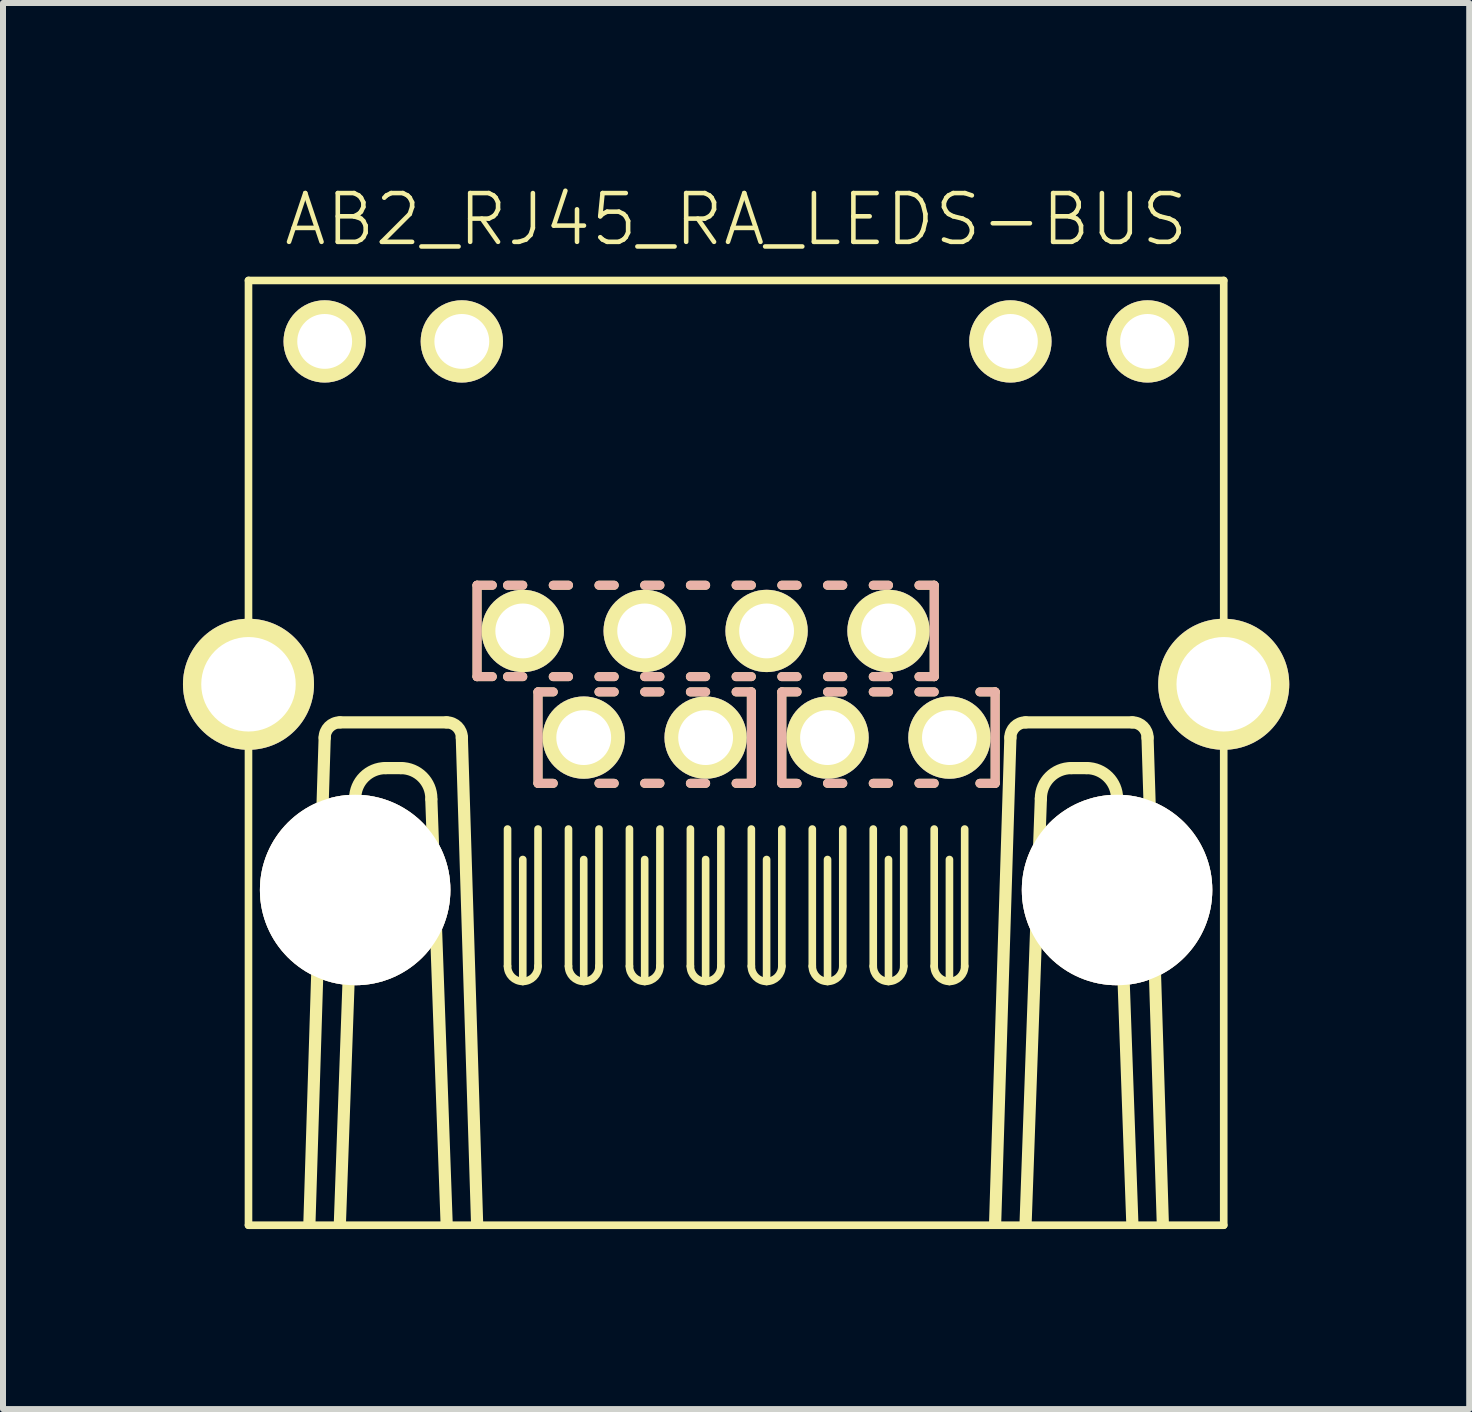
<source format=kicad_pcb>
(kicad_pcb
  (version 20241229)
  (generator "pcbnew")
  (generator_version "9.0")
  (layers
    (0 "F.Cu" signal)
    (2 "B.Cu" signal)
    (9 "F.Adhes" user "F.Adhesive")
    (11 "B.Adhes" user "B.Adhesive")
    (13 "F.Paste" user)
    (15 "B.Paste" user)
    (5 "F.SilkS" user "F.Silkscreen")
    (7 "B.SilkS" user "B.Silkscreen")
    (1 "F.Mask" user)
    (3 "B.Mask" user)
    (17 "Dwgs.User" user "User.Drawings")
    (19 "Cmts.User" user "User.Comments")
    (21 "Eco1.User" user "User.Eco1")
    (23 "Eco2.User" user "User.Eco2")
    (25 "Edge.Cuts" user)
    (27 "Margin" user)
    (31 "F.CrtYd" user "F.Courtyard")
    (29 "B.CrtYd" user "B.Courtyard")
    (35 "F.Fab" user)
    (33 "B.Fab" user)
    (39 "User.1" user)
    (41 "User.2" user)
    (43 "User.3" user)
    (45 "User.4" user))
  (footprint "AB2_RJ45_RA_LEDS-BUS"
    (layer "F.Cu")
    (at 9.22 9.499)
    (property "Reference" "AB2_RJ45_RA_LEDS-BUS" (at 0 -8.89 0) (layer "F.SilkS") (effects (font (size 0.813 0.813) (thickness 0.076))))
    (attr through_hole)
    (fp_line (start -8.128 -7.874) (end 8.128 -7.874) (stroke (width 0.127) (type solid)) (layer "F.SilkS"))
    (fp_line (start -8.128 7.874) (end -8.128 -7.874) (stroke (width 0.127) (type solid)) (layer "F.SilkS"))
    (fp_line (start -7.112 7.823) (end -6.858 -0.254) (stroke (width 0.203) (type solid)) (layer "F.SilkS"))
    (fp_line (start -6.604 -0.508) (end -4.826 -0.508) (stroke (width 0.203) (type solid)) (layer "F.SilkS"))
    (fp_line (start -6.35 0.762) (end -6.604 7.823) (stroke (width 0.203) (type solid)) (layer "F.SilkS"))
    (fp_line (start -5.842 0.254) (end -5.588 0.254) (stroke (width 0.203) (type solid)) (layer "F.SilkS"))
    (fp_line (start -4.826 7.823) (end -5.08 0.787) (stroke (width 0.203) (type solid)) (layer "F.SilkS"))
    (fp_line (start -4.572 -0.254) (end -4.318 7.823) (stroke (width 0.203) (type solid)) (layer "F.SilkS"))
    (fp_line (start -4.318 -2.794) (end -4.318 -1.27) (stroke (width 0.15) (type solid)) (layer "F.SilkS"))
    (fp_line (start -4.318 -2.794) (end -4.064 -2.794) (stroke (width 0.15) (type solid)) (layer "F.SilkS"))
    (fp_line (start -4.318 -1.27) (end -4.064 -1.27) (stroke (width 0.15) (type solid)) (layer "F.SilkS"))
    (fp_line (start -3.81 1.27) (end -3.81 3.556) (stroke (width 0.127) (type solid)) (layer "F.SilkS"))
    (fp_line (start -3.556 -2.794) (end -3.81 -2.794) (stroke (width 0.15) (type solid)) (layer "F.SilkS"))
    (fp_line (start -3.556 -1.27) (end -3.81 -1.27) (stroke (width 0.15) (type solid)) (layer "F.SilkS"))
    (fp_line (start -3.556 3.81) (end -3.556 1.778) (stroke (width 0.127) (type solid)) (layer "F.SilkS"))
    (fp_line (start -3.302 -1.016) (end -3.302 0.508) (stroke (width 0.15) (type solid)) (layer "F.SilkS"))
    (fp_line (start -3.302 0.508) (end -3.048 0.508) (stroke (width 0.15) (type solid)) (layer "F.SilkS"))
    (fp_line (start -3.302 3.556) (end -3.302 1.27) (stroke (width 0.127) (type solid)) (layer "F.SilkS"))
    (fp_line (start -3.048 -2.794) (end -2.794 -2.794) (stroke (width 0.15) (type solid)) (layer "F.SilkS"))
    (fp_line (start -3.048 -1.016) (end -3.302 -1.016) (stroke (width 0.15) (type solid)) (layer "F.SilkS"))
    (fp_line (start -2.794 -1.27) (end -3.048 -1.27) (stroke (width 0.15) (type solid)) (layer "F.SilkS"))
    (fp_line (start -2.794 1.27) (end -2.794 3.556) (stroke (width 0.127) (type solid)) (layer "F.SilkS"))
    (fp_line (start -2.54 3.81) (end -2.54 1.778) (stroke (width 0.127) (type solid)) (layer "F.SilkS"))
    (fp_line (start -2.286 -2.794) (end -2.032 -2.794) (stroke (width 0.15) (type solid)) (layer "F.SilkS"))
    (fp_line (start -2.286 3.556) (end -2.286 1.27) (stroke (width 0.127) (type solid)) (layer "F.SilkS"))
    (fp_line (start -2.032 -1.27) (end -2.286 -1.27) (stroke (width 0.15) (type solid)) (layer "F.SilkS"))
    (fp_line (start -2.032 -1.016) (end -2.286 -1.016) (stroke (width 0.15) (type solid)) (layer "F.SilkS"))
    (fp_line (start -2.032 0.508) (end -2.286 0.508) (stroke (width 0.15) (type solid)) (layer "F.SilkS"))
    (fp_line (start -1.778 1.27) (end -1.778 3.556) (stroke (width 0.127) (type solid)) (layer "F.SilkS"))
    (fp_line (start -1.524 -2.794) (end -1.27 -2.794) (stroke (width 0.15) (type solid)) (layer "F.SilkS"))
    (fp_line (start -1.524 3.81) (end -1.524 1.778) (stroke (width 0.127) (type solid)) (layer "F.SilkS"))
    (fp_line (start -1.27 -1.27) (end -1.524 -1.27) (stroke (width 0.15) (type solid)) (layer "F.SilkS"))
    (fp_line (start -1.27 -1.016) (end -1.524 -1.016) (stroke (width 0.15) (type solid)) (layer "F.SilkS"))
    (fp_line (start -1.27 0.508) (end -1.524 0.508) (stroke (width 0.15) (type solid)) (layer "F.SilkS"))
    (fp_line (start -1.27 3.556) (end -1.27 1.27) (stroke (width 0.127) (type solid)) (layer "F.SilkS"))
    (fp_line (start -0.762 -2.794) (end -0.508 -2.794) (stroke (width 0.15) (type solid)) (layer "F.SilkS"))
    (fp_line (start -0.762 1.27) (end -0.762 3.556) (stroke (width 0.127) (type solid)) (layer "F.SilkS"))
    (fp_line (start -0.508 -1.27) (end -0.762 -1.27) (stroke (width 0.15) (type solid)) (layer "F.SilkS"))
    (fp_line (start -0.508 -1.016) (end -0.762 -1.016) (stroke (width 0.15) (type solid)) (layer "F.SilkS"))
    (fp_line (start -0.508 0.508) (end -0.762 0.508) (stroke (width 0.15) (type solid)) (layer "F.SilkS"))
    (fp_line (start -0.508 3.81) (end -0.508 1.778) (stroke (width 0.127) (type solid)) (layer "F.SilkS"))
    (fp_line (start -0.254 3.556) (end -0.254 1.27) (stroke (width 0.127) (type solid)) (layer "F.SilkS"))
    (fp_line (start 0 -2.794) (end 0.254 -2.794) (stroke (width 0.15) (type solid)) (layer "F.SilkS"))
    (fp_line (start 0 -1.016) (end 0.254 -1.016) (stroke (width 0.15) (type solid)) (layer "F.SilkS"))
    (fp_line (start 0.254 -1.27) (end 0 -1.27) (stroke (width 0.15) (type solid)) (layer "F.SilkS"))
    (fp_line (start 0.254 -1.016) (end 0.254 0.508) (stroke (width 0.15) (type solid)) (layer "F.SilkS"))
    (fp_line (start 0.254 0.508) (end 0 0.508) (stroke (width 0.15) (type solid)) (layer "F.SilkS"))
    (fp_line (start 0.254 1.27) (end 0.254 3.556) (stroke (width 0.127) (type solid)) (layer "F.SilkS"))
    (fp_line (start 0.508 3.81) (end 0.508 1.778) (stroke (width 0.127) (type solid)) (layer "F.SilkS"))
    (fp_line (start 0.762 -2.794) (end 1.016 -2.794) (stroke (width 0.15) (type solid)) (layer "F.SilkS"))
    (fp_line (start 0.762 -1.016) (end 0.762 0.508) (stroke (width 0.15) (type solid)) (layer "F.SilkS"))
    (fp_line (start 0.762 0.508) (end 1.016 0.508) (stroke (width 0.15) (type solid)) (layer "F.SilkS"))
    (fp_line (start 0.762 3.556) (end 0.762 1.27) (stroke (width 0.127) (type solid)) (layer "F.SilkS"))
    (fp_line (start 1.016 -1.27) (end 0.762 -1.27) (stroke (width 0.15) (type solid)) (layer "F.SilkS"))
    (fp_line (start 1.016 -1.016) (end 0.762 -1.016) (stroke (width 0.15) (type solid)) (layer "F.SilkS"))
    (fp_line (start 1.27 1.27) (end 1.27 3.556) (stroke (width 0.127) (type solid)) (layer "F.SilkS"))
    (fp_line (start 1.524 -2.794) (end 1.778 -2.794) (stroke (width 0.15) (type solid)) (layer "F.SilkS"))
    (fp_line (start 1.524 -1.016) (end 1.778 -1.016) (stroke (width 0.15) (type solid)) (layer "F.SilkS"))
    (fp_line (start 1.524 0.508) (end 1.778 0.508) (stroke (width 0.15) (type solid)) (layer "F.SilkS"))
    (fp_line (start 1.524 3.81) (end 1.524 1.778) (stroke (width 0.127) (type solid)) (layer "F.SilkS"))
    (fp_line (start 1.778 -1.27) (end 1.524 -1.27) (stroke (width 0.15) (type solid)) (layer "F.SilkS"))
    (fp_line (start 1.778 3.556) (end 1.778 1.27) (stroke (width 0.127) (type solid)) (layer "F.SilkS"))
    (fp_line (start 2.286 -2.794) (end 2.54 -2.794) (stroke (width 0.15) (type solid)) (layer "F.SilkS"))
    (fp_line (start 2.286 -1.016) (end 2.54 -1.016) (stroke (width 0.15) (type solid)) (layer "F.SilkS"))
    (fp_line (start 2.286 0.508) (end 2.54 0.508) (stroke (width 0.15) (type solid)) (layer "F.SilkS"))
    (fp_line (start 2.286 1.27) (end 2.286 3.556) (stroke (width 0.127) (type solid)) (layer "F.SilkS"))
    (fp_line (start 2.54 -1.27) (end 2.286 -1.27) (stroke (width 0.15) (type solid)) (layer "F.SilkS"))
    (fp_line (start 2.54 3.81) (end 2.54 1.778) (stroke (width 0.127) (type solid)) (layer "F.SilkS"))
    (fp_line (start 2.794 3.556) (end 2.794 1.27) (stroke (width 0.127) (type solid)) (layer "F.SilkS"))
    (fp_line (start 3.048 -2.794) (end 3.302 -2.794) (stroke (width 0.15) (type solid)) (layer "F.SilkS"))
    (fp_line (start 3.048 -1.016) (end 3.302 -1.016) (stroke (width 0.15) (type solid)) (layer "F.SilkS"))
    (fp_line (start 3.048 0.508) (end 3.302 0.508) (stroke (width 0.15) (type solid)) (layer "F.SilkS"))
    (fp_line (start 3.302 -2.794) (end 3.302 -1.27) (stroke (width 0.15) (type solid)) (layer "F.SilkS"))
    (fp_line (start 3.302 -1.27) (end 3.048 -1.27) (stroke (width 0.15) (type solid)) (layer "F.SilkS"))
    (fp_line (start 3.302 1.27) (end 3.302 3.556) (stroke (width 0.127) (type solid)) (layer "F.SilkS"))
    (fp_line (start 3.556 3.81) (end 3.556 1.778) (stroke (width 0.127) (type solid)) (layer "F.SilkS"))
    (fp_line (start 3.81 3.556) (end 3.81 1.27) (stroke (width 0.127) (type solid)) (layer "F.SilkS"))
    (fp_line (start 4.064 -1.016) (end 4.318 -1.016) (stroke (width 0.15) (type solid)) (layer "F.SilkS"))
    (fp_line (start 4.318 -1.016) (end 4.318 0.508) (stroke (width 0.15) (type solid)) (layer "F.SilkS"))
    (fp_line (start 4.318 0.508) (end 4.064 0.508) (stroke (width 0.15) (type solid)) (layer "F.SilkS"))
    (fp_line (start 4.318 7.823) (end 4.572 -0.254) (stroke (width 0.203) (type solid)) (layer "F.SilkS"))
    (fp_line (start 4.826 7.823) (end 5.08 0.762) (stroke (width 0.203) (type solid)) (layer "F.SilkS"))
    (fp_line (start 5.588 0.254) (end 5.842 0.254) (stroke (width 0.203) (type solid)) (layer "F.SilkS"))
    (fp_line (start 6.35 0.762) (end 6.604 7.823) (stroke (width 0.203) (type solid)) (layer "F.SilkS"))
    (fp_line (start 6.604 -0.508) (end 4.826 -0.508) (stroke (width 0.203) (type solid)) (layer "F.SilkS"))
    (fp_line (start 7.112 7.823) (end 6.858 -0.254) (stroke (width 0.203) (type solid)) (layer "F.SilkS"))
    (fp_line (start 8.128 -7.874) (end 8.128 7.874) (stroke (width 0.127) (type solid)) (layer "F.SilkS"))
    (fp_line (start 8.128 7.874) (end -8.128 7.874) (stroke (width 0.127) (type solid)) (layer "F.SilkS"))
    (fp_arc (start -6.858 -0.254) (mid -6.783605 -0.433605) (end -6.604 -0.508) (stroke (width 0.2032) (type solid)) (layer "F.SilkS"))
    (fp_arc (start -6.35 0.762) (mid -6.20121 0.40279) (end -5.842 0.254) (stroke (width 0.2032) (type solid)) (layer "F.SilkS"))
    (fp_arc (start -5.588 0.254) (mid -5.22879 0.40279) (end -5.08 0.762) (stroke (width 0.2032) (type solid)) (layer "F.SilkS"))
    (fp_arc (start -4.826 -0.508) (mid -4.646395 -0.433605) (end -4.572 -0.254) (stroke (width 0.2032) (type solid)) (layer "F.SilkS"))
    (fp_arc (start -3.556 3.81) (mid -3.735605 3.735605) (end -3.81 3.556) (stroke (width 0.127) (type solid)) (layer "F.SilkS"))
    (fp_arc (start -3.302 3.556) (mid -3.376395 3.735605) (end -3.556 3.81) (stroke (width 0.127) (type solid)) (layer "F.SilkS"))
    (fp_arc (start -2.54 3.81) (mid -2.719605 3.735605) (end -2.794 3.556) (stroke (width 0.127) (type solid)) (layer "F.SilkS"))
    (fp_arc (start -2.286 3.556) (mid -2.360395 3.735605) (end -2.54 3.81) (stroke (width 0.127) (type solid)) (layer "F.SilkS"))
    (fp_arc (start -1.524 3.81) (mid -1.703605 3.735605) (end -1.778 3.556) (stroke (width 0.127) (type solid)) (layer "F.SilkS"))
    (fp_arc (start -1.27 3.556) (mid -1.344395 3.735605) (end -1.524 3.81) (stroke (width 0.127) (type solid)) (layer "F.SilkS"))
    (fp_arc (start -0.508 3.81) (mid -0.687605 3.735605) (end -0.762 3.556) (stroke (width 0.127) (type solid)) (layer "F.SilkS"))
    (fp_arc (start -0.254 3.556) (mid -0.328395 3.735605) (end -0.508 3.81) (stroke (width 0.127) (type solid)) (layer "F.SilkS"))
    (fp_arc (start 0.508 3.81) (mid 0.328395 3.735605) (end 0.254 3.556) (stroke (width 0.127) (type solid)) (layer "F.SilkS"))
    (fp_arc (start 0.762 3.556) (mid 0.687605 3.735605) (end 0.508 3.81) (stroke (width 0.127) (type solid)) (layer "F.SilkS"))
    (fp_arc (start 1.524 3.81) (mid 1.344395 3.735605) (end 1.27 3.556) (stroke (width 0.127) (type solid)) (layer "F.SilkS"))
    (fp_arc (start 1.778 3.556) (mid 1.703605 3.735605) (end 1.524 3.81) (stroke (width 0.127) (type solid)) (layer "F.SilkS"))
    (fp_arc (start 2.54 3.81) (mid 2.360395 3.735605) (end 2.286 3.556) (stroke (width 0.127) (type solid)) (layer "F.SilkS"))
    (fp_arc (start 2.794 3.556) (mid 2.719605 3.735605) (end 2.54 3.81) (stroke (width 0.127) (type solid)) (layer "F.SilkS"))
    (fp_arc (start 3.556 3.81) (mid 3.376395 3.735605) (end 3.302 3.556) (stroke (width 0.127) (type solid)) (layer "F.SilkS"))
    (fp_arc (start 3.81 3.556) (mid 3.735605 3.735605) (end 3.556 3.81) (stroke (width 0.127) (type solid)) (layer "F.SilkS"))
    (fp_arc (start 4.572 -0.254) (mid 4.646395 -0.433605) (end 4.826 -0.508) (stroke (width 0.2032) (type solid)) (layer "F.SilkS"))
    (fp_arc (start 5.08 0.762) (mid 5.22879 0.40279) (end 5.588 0.254) (stroke (width 0.2032) (type solid)) (layer "F.SilkS"))
    (fp_arc (start 5.842 0.254) (mid 6.20121 0.40279) (end 6.35 0.762) (stroke (width 0.2032) (type solid)) (layer "F.SilkS"))
    (fp_arc (start 6.604 -0.508) (mid 6.783605 -0.433605) (end 6.858 -0.254) (stroke (width 0.2032) (type solid)) (layer "F.SilkS"))
    (fp_line (start -4.318 -2.794) (end -4.318 -1.27) (stroke (width 0.15) (type solid)) (layer "B.SilkS"))
    (fp_line (start -4.318 -2.794) (end -4.064 -2.794) (stroke (width 0.15) (type solid)) (layer "B.SilkS"))
    (fp_line (start -4.318 -1.27) (end -4.064 -1.27) (stroke (width 0.15) (type solid)) (layer "B.SilkS"))
    (fp_line (start -3.81 -2.794) (end -3.556 -2.794) (stroke (width 0.15) (type solid)) (layer "B.SilkS"))
    (fp_line (start -3.81 -1.27) (end -3.556 -1.27) (stroke (width 0.15) (type solid)) (layer "B.SilkS"))
    (fp_line (start -3.302 -1.016) (end -3.302 0.508) (stroke (width 0.15) (type solid)) (layer "B.SilkS"))
    (fp_line (start -3.302 -1.016) (end -3.048 -1.016) (stroke (width 0.15) (type solid)) (layer "B.SilkS"))
    (fp_line (start -3.302 0.508) (end -3.048 0.508) (stroke (width 0.15) (type solid)) (layer "B.SilkS"))
    (fp_line (start -3.048 -2.794) (end -2.794 -2.794) (stroke (width 0.15) (type solid)) (layer "B.SilkS"))
    (fp_line (start -3.048 -1.27) (end -2.794 -1.27) (stroke (width 0.15) (type solid)) (layer "B.SilkS"))
    (fp_line (start -2.286 -2.794) (end -2.032 -2.794) (stroke (width 0.15) (type solid)) (layer "B.SilkS"))
    (fp_line (start -2.286 -1.27) (end -2.032 -1.27) (stroke (width 0.15) (type solid)) (layer "B.SilkS"))
    (fp_line (start -2.286 -1.016) (end -2.032 -1.016) (stroke (width 0.15) (type solid)) (layer "B.SilkS"))
    (fp_line (start -2.286 0.508) (end -2.032 0.508) (stroke (width 0.15) (type solid)) (layer "B.SilkS"))
    (fp_line (start -1.524 -2.794) (end -1.27 -2.794) (stroke (width 0.15) (type solid)) (layer "B.SilkS"))
    (fp_line (start -1.524 -1.27) (end -1.27 -1.27) (stroke (width 0.15) (type solid)) (layer "B.SilkS"))
    (fp_line (start -1.524 -1.016) (end -1.27 -1.016) (stroke (width 0.15) (type solid)) (layer "B.SilkS"))
    (fp_line (start -1.524 0.508) (end -1.27 0.508) (stroke (width 0.15) (type solid)) (layer "B.SilkS"))
    (fp_line (start -0.762 -2.794) (end -0.508 -2.794) (stroke (width 0.15) (type solid)) (layer "B.SilkS"))
    (fp_line (start -0.762 -1.27) (end -0.508 -1.27) (stroke (width 0.15) (type solid)) (layer "B.SilkS"))
    (fp_line (start -0.762 -1.016) (end -0.508 -1.016) (stroke (width 0.15) (type solid)) (layer "B.SilkS"))
    (fp_line (start -0.762 0.508) (end -0.508 0.508) (stroke (width 0.15) (type solid)) (layer "B.SilkS"))
    (fp_line (start 0 -2.794) (end 0.254 -2.794) (stroke (width 0.15) (type solid)) (layer "B.SilkS"))
    (fp_line (start 0 -1.27) (end 0.254 -1.27) (stroke (width 0.15) (type solid)) (layer "B.SilkS"))
    (fp_line (start 0 -1.016) (end 0.254 -1.016) (stroke (width 0.15) (type solid)) (layer "B.SilkS"))
    (fp_line (start 0 0.508) (end 0.254 0.508) (stroke (width 0.15) (type solid)) (layer "B.SilkS"))
    (fp_line (start 0.254 -1.016) (end 0.254 0.508) (stroke (width 0.15) (type solid)) (layer "B.SilkS"))
    (fp_line (start 0.762 -2.794) (end 1.016 -2.794) (stroke (width 0.15) (type solid)) (layer "B.SilkS"))
    (fp_line (start 0.762 -1.27) (end 1.016 -1.27) (stroke (width 0.15) (type solid)) (layer "B.SilkS"))
    (fp_line (start 0.762 -1.016) (end 0.762 0.508) (stroke (width 0.15) (type solid)) (layer "B.SilkS"))
    (fp_line (start 0.762 -1.016) (end 1.016 -1.016) (stroke (width 0.15) (type solid)) (layer "B.SilkS"))
    (fp_line (start 0.762 0.508) (end 1.016 0.508) (stroke (width 0.15) (type solid)) (layer "B.SilkS"))
    (fp_line (start 1.524 -2.794) (end 1.778 -2.794) (stroke (width 0.15) (type solid)) (layer "B.SilkS"))
    (fp_line (start 1.524 -1.27) (end 1.778 -1.27) (stroke (width 0.15) (type solid)) (layer "B.SilkS"))
    (fp_line (start 1.524 -1.016) (end 1.778 -1.016) (stroke (width 0.15) (type solid)) (layer "B.SilkS"))
    (fp_line (start 1.524 0.508) (end 1.778 0.508) (stroke (width 0.15) (type solid)) (layer "B.SilkS"))
    (fp_line (start 2.286 -2.794) (end 2.54 -2.794) (stroke (width 0.15) (type solid)) (layer "B.SilkS"))
    (fp_line (start 2.286 -1.27) (end 2.54 -1.27) (stroke (width 0.15) (type solid)) (layer "B.SilkS"))
    (fp_line (start 2.286 -1.016) (end 2.54 -1.016) (stroke (width 0.15) (type solid)) (layer "B.SilkS"))
    (fp_line (start 2.286 0.508) (end 2.54 0.508) (stroke (width 0.15) (type solid)) (layer "B.SilkS"))
    (fp_line (start 3.048 -2.794) (end 3.302 -2.794) (stroke (width 0.15) (type solid)) (layer "B.SilkS"))
    (fp_line (start 3.048 -1.27) (end 3.302 -1.27) (stroke (width 0.15) (type solid)) (layer "B.SilkS"))
    (fp_line (start 3.048 -1.016) (end 3.302 -1.016) (stroke (width 0.15) (type solid)) (layer "B.SilkS"))
    (fp_line (start 3.048 0.508) (end 3.302 0.508) (stroke (width 0.15) (type solid)) (layer "B.SilkS"))
    (fp_line (start 3.302 -2.794) (end 3.302 -1.27) (stroke (width 0.15) (type solid)) (layer "B.SilkS"))
    (fp_line (start 4.064 -1.016) (end 4.318 -1.016) (stroke (width 0.15) (type solid)) (layer "B.SilkS"))
    (fp_line (start 4.064 0.508) (end 4.318 0.508) (stroke (width 0.15) (type solid)) (layer "B.SilkS"))
    (fp_line (start 4.318 -1.016) (end 4.318 0.508) (stroke (width 0.15) (type solid)) (layer "B.SilkS"))
    (pad "" thru_hole circle (at -6.35 2.286) (size 3.175 3.175) (drill 3.175) (layers "*.Cu" "*.Mask" "F.SilkS"))
    (pad "" thru_hole circle (at 6.35 2.286) (size 3.175 3.175) (drill 3.175) (layers "*.Cu" "*.Mask" "F.SilkS"))
    (pad "1" thru_hole circle (at 3.556 -0.254) (size 1.372 1.372) (drill 0.914) (layers "*.Cu" "*.Mask" "F.SilkS"))
    (pad "2" thru_hole circle (at 2.54 -2.032) (size 1.372 1.372) (drill 0.914) (layers "*.Cu" "*.Mask" "F.SilkS"))
    (pad "3" thru_hole circle (at 1.524 -0.254) (size 1.372 1.372) (drill 0.914) (layers "*.Cu" "*.Mask" "F.SilkS"))
    (pad "4" thru_hole circle (at 0.508 -2.032) (size 1.372 1.372) (drill 0.914) (layers "*.Cu" "*.Mask" "F.SilkS"))
    (pad "5" thru_hole circle (at -0.508 -0.254) (size 1.372 1.372) (drill 0.914) (layers "*.Cu" "*.Mask" "F.SilkS"))
    (pad "6" thru_hole circle (at -1.524 -2.032) (size 1.372 1.372) (drill 0.914) (layers "*.Cu" "*.Mask" "F.SilkS"))
    (pad "7" thru_hole circle (at -2.54 -0.254) (size 1.372 1.372) (drill 0.914) (layers "*.Cu" "*.Mask" "F.SilkS"))
    (pad "8" thru_hole circle (at -3.556 -2.032) (size 1.372 1.372) (drill 0.914) (layers "*.Cu" "*.Mask" "F.SilkS"))
    (pad "9" thru_hole circle (at -6.858 -6.858) (size 1.372 1.372) (drill 0.914) (layers "*.Cu" "*.Mask" "F.SilkS"))
    (pad "10" thru_hole circle (at -4.572 -6.858) (size 1.372 1.372) (drill 0.914) (layers "*.Cu" "*.Mask" "F.SilkS"))
    (pad "11" thru_hole circle (at 4.572 -6.858) (size 1.372 1.372) (drill 0.914) (layers "*.Cu" "*.Mask" "F.SilkS"))
    (pad "12" thru_hole circle (at 6.858 -6.858) (size 1.372 1.372) (drill 0.914) (layers "*.Cu" "*.Mask" "F.SilkS"))
    (pad "13" thru_hole circle (at -8.128 -1.143) (size 2.184 2.184) (drill 1.575) (layers "*.Cu" "*.Mask" "F.SilkS"))
    (pad "13" thru_hole circle (at 8.128 -1.143) (size 2.184 2.184) (drill 1.575) (layers "*.Cu" "*.Mask" "F.SilkS")))
  (gr_rect
    (start -3 -3)
    (end 21.44 20.437)
    (stroke (width 0.1) (type default))
    (fill no)
    (layer "Edge.Cuts")))
</source>
